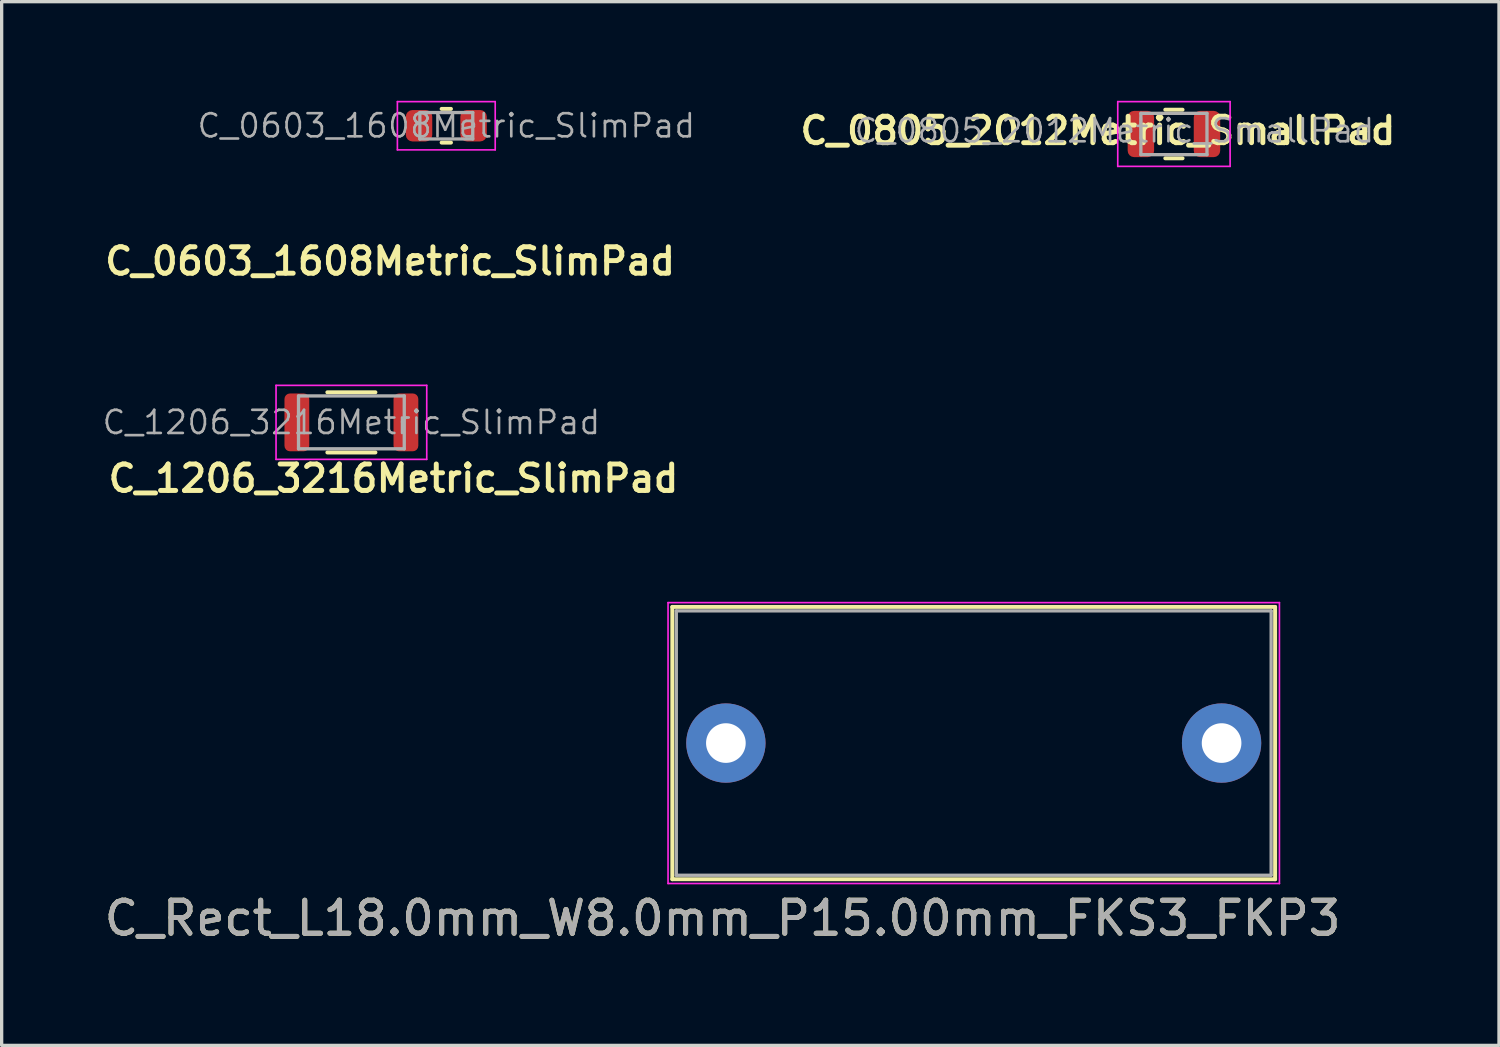
<source format=kicad_pcb>
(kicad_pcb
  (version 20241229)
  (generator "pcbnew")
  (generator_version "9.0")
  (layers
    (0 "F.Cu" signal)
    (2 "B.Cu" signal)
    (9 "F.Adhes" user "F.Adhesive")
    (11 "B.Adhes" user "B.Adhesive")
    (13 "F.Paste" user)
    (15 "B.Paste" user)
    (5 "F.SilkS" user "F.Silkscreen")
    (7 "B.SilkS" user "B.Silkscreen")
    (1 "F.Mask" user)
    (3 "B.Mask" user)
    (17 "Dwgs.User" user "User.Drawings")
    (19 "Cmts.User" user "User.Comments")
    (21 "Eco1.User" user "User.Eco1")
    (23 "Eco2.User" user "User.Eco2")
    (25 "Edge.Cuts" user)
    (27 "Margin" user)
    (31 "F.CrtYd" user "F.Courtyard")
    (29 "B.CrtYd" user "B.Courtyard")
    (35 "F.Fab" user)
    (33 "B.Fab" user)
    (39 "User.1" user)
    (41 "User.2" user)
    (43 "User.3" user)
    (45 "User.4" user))
  (footprint "C_0603_1608Metric_SlimPad"
    (layer "F.Cu")
    (at 10.455 0.755)
    (property "Reference" "C_0603_1608Metric_SlimPad" (at -1.7 4.1 0) (layer "F.SilkS") (effects (font (size 0.8 0.8) (thickness 0.15))))
    (attr smd)
    (fp_line (start -0.141 -0.51) (end 0.141 -0.51) (stroke (width 0.12) (type solid)) (layer "F.SilkS"))
    (fp_line (start -0.141 0.51) (end 0.141 0.51) (stroke (width 0.12) (type solid)) (layer "F.SilkS"))
    (fp_line (start -1.48 -0.73) (end 1.48 -0.73) (stroke (width 0.05) (type solid)) (layer "F.CrtYd"))
    (fp_line (start -1.48 0.73) (end -1.48 -0.73) (stroke (width 0.05) (type solid)) (layer "F.CrtYd"))
    (fp_line (start 1.48 -0.73) (end 1.48 0.73) (stroke (width 0.05) (type solid)) (layer "F.CrtYd"))
    (fp_line (start 1.48 0.73) (end -1.48 0.73) (stroke (width 0.05) (type solid)) (layer "F.CrtYd"))
    (fp_line (start -0.8 -0.4) (end 0.8 -0.4) (stroke (width 0.1) (type solid)) (layer "F.Fab"))
    (fp_line (start -0.8 0.4) (end -0.8 -0.4) (stroke (width 0.1) (type solid)) (layer "F.Fab"))
    (fp_line (start 0.8 -0.4) (end 0.8 0.4) (stroke (width 0.1) (type solid)) (layer "F.Fab"))
    (fp_line (start 0.8 0.4) (end -0.8 0.4) (stroke (width 0.1) (type solid)) (layer "F.Fab"))
    (fp_text user "${REFERENCE}" (at 0 0 0) (layer "F.Fab") (effects (font (size 0.7 0.7) (thickness 0.08))))
    (pad "1" smd roundrect (at -0.825 0 180) (size 0.8 0.95) (layers "F.Cu" "F.Mask" "F.Paste") (roundrect_rratio 0.25))
    (pad "2" smd roundrect (at 0.825 0 180) (size 0.8 0.95) (layers "F.Cu" "F.Mask" "F.Paste") (roundrect_rratio 0.25)))
  (footprint "C_1206_3216Metric_SlimPad"
    (layer "F.Cu")
    (at 7.583 9.731)
    (property "Reference" "C_1206_3216Metric_SlimPad" (at 1.273 1.697 0) (layer "F.SilkS") (effects (font (size 0.8 0.8) (thickness 0.15))))
    (attr smd)
    (fp_line (start -0.727 -0.91) (end 0.727 -0.91) (stroke (width 0.12) (type solid)) (layer "F.SilkS"))
    (fp_line (start -0.727 0.91) (end 0.727 0.91) (stroke (width 0.12) (type solid)) (layer "F.SilkS"))
    (fp_line (start -2.28 -1.12) (end 2.28 -1.12) (stroke (width 0.05) (type solid)) (layer "F.CrtYd"))
    (fp_line (start -2.28 1.12) (end -2.28 -1.12) (stroke (width 0.05) (type solid)) (layer "F.CrtYd"))
    (fp_line (start 2.28 -1.12) (end 2.28 1.12) (stroke (width 0.05) (type solid)) (layer "F.CrtYd"))
    (fp_line (start 2.28 1.12) (end -2.28 1.12) (stroke (width 0.05) (type solid)) (layer "F.CrtYd"))
    (fp_line (start -1.6 -0.8) (end 1.6 -0.8) (stroke (width 0.1) (type solid)) (layer "F.Fab"))
    (fp_line (start -1.6 0.8) (end -1.6 -0.8) (stroke (width 0.1) (type solid)) (layer "F.Fab"))
    (fp_line (start 1.6 -0.8) (end 1.6 0.8) (stroke (width 0.1) (type solid)) (layer "F.Fab"))
    (fp_line (start 1.6 0.8) (end -1.6 0.8) (stroke (width 0.1) (type solid)) (layer "F.Fab"))
    (fp_text user "${REFERENCE}" (at 0 0 0) (layer "F.Fab") (effects (font (size 0.7 0.7) (thickness 0.08))))
    (pad "1" smd roundrect (at -1.65 0 180) (size 0.75 1.75) (layers "F.Cu" "F.Mask" "F.Paste") (roundrect_rratio 0.222))
    (pad "2" smd roundrect (at 1.65 0 180) (size 0.75 1.75) (layers "F.Cu" "F.Mask" "F.Paste") (roundrect_rratio 0.222)))
  (footprint "C_0805_2012Metric_SmallPad"
    (layer "F.Cu")
    (at 32.473 1.005)
    (property "Reference" "C_0805_2012Metric_SmallPad" (at -2.3 -0.1 0) (layer "F.SilkS") (effects (font (size 0.8 0.8) (thickness 0.15))))
    (attr smd)
    (fp_line (start -0.261 -0.735) (end 0.261 -0.735) (stroke (width 0.12) (type solid)) (layer "F.SilkS"))
    (fp_line (start -0.261 0.735) (end 0.261 0.735) (stroke (width 0.12) (type solid)) (layer "F.SilkS"))
    (fp_line (start -1.7 -0.98) (end 1.7 -0.98) (stroke (width 0.05) (type solid)) (layer "F.CrtYd"))
    (fp_line (start -1.7 0.98) (end -1.7 -0.98) (stroke (width 0.05) (type solid)) (layer "F.CrtYd"))
    (fp_line (start 1.7 -0.98) (end 1.7 0.98) (stroke (width 0.05) (type solid)) (layer "F.CrtYd"))
    (fp_line (start 1.7 0.98) (end -1.7 0.98) (stroke (width 0.05) (type solid)) (layer "F.CrtYd"))
    (fp_line (start -1 -0.625) (end 1 -0.625) (stroke (width 0.1) (type solid)) (layer "F.Fab"))
    (fp_line (start -1 0.625) (end -1 -0.625) (stroke (width 0.1) (type solid)) (layer "F.Fab"))
    (fp_line (start 1 -0.625) (end 1 0.625) (stroke (width 0.1) (type solid)) (layer "F.Fab"))
    (fp_line (start 1 0.625) (end -1 0.625) (stroke (width 0.1) (type solid)) (layer "F.Fab"))
    (fp_text user "${REFERENCE}" (at -1.8 -0.1 0) (layer "F.Fab") (effects (font (size 0.7 0.7) (thickness 0.08))))
    (pad "1" smd roundrect (at -1 0 180) (size 0.8 1.4) (layers "F.Cu" "F.Mask" "F.Paste") (roundrect_rratio 0.244))
    (pad "2" smd roundrect (at 1 0 180) (size 0.8 1.4) (layers "F.Cu" "F.Mask" "F.Paste") (roundrect_rratio 0.244)))
  (footprint "C_Rect_L18.0mm_W8.0mm_P15.00mm_FKS3_FKP3"
    (layer "F.Cu")
    (at 18.915 19.435)
    (property "Reference" "C_Rect_L18.0mm_W8.0mm_P15.00mm_FKS3_FKP3" (at -0.1 5.3 180) (layer "F.SilkS") (effects (font (size 1 1) (thickness 0.15))))
    (attr through_hole)
    (fp_line (start -1.62 -4.12) (end -1.62 4.12) (stroke (width 0.12) (type solid)) (layer "F.SilkS"))
    (fp_line (start -1.62 -4.12) (end 16.62 -4.12) (stroke (width 0.12) (type solid)) (layer "F.SilkS"))
    (fp_line (start -1.62 4.12) (end 16.62 4.12) (stroke (width 0.12) (type solid)) (layer "F.SilkS"))
    (fp_line (start 16.62 -4.12) (end 16.62 4.12) (stroke (width 0.12) (type solid)) (layer "F.SilkS"))
    (fp_line (start -1.75 -4.25) (end -1.75 4.25) (stroke (width 0.05) (type solid)) (layer "F.CrtYd"))
    (fp_line (start -1.75 4.25) (end 16.75 4.25) (stroke (width 0.05) (type solid)) (layer "F.CrtYd"))
    (fp_line (start 16.75 -4.25) (end -1.75 -4.25) (stroke (width 0.05) (type solid)) (layer "F.CrtYd"))
    (fp_line (start 16.75 4.25) (end 16.75 -4.25) (stroke (width 0.05) (type solid)) (layer "F.CrtYd"))
    (fp_line (start -1.5 -4) (end -1.5 4) (stroke (width 0.1) (type solid)) (layer "F.Fab"))
    (fp_line (start -1.5 4) (end 16.5 4) (stroke (width 0.1) (type solid)) (layer "F.Fab"))
    (fp_line (start 16.5 -4) (end -1.5 -4) (stroke (width 0.1) (type solid)) (layer "F.Fab"))
    (fp_line (start 16.5 4) (end 16.5 -4) (stroke (width 0.1) (type solid)) (layer "F.Fab"))
    (fp_text user "${REFERENCE}" (at -0.1 5.3 180) (layer "F.Fab") (effects (font (size 1 1) (thickness 0.15))))
    (pad "1" thru_hole circle (at 0 0) (size 2.4 2.4) (drill 1.2) (layers "*.Cu" "*.Mask"))
    (pad "2" thru_hole circle (at 15 0) (size 2.4 2.4) (drill 1.2) (layers "*.Cu" "*.Mask")))
  (gr_rect
    (start -3 -3)
    (end 42.309 28.583)
    (stroke (width 0.1) (type default))
    (fill no)
    (layer "Edge.Cuts")))
</source>
